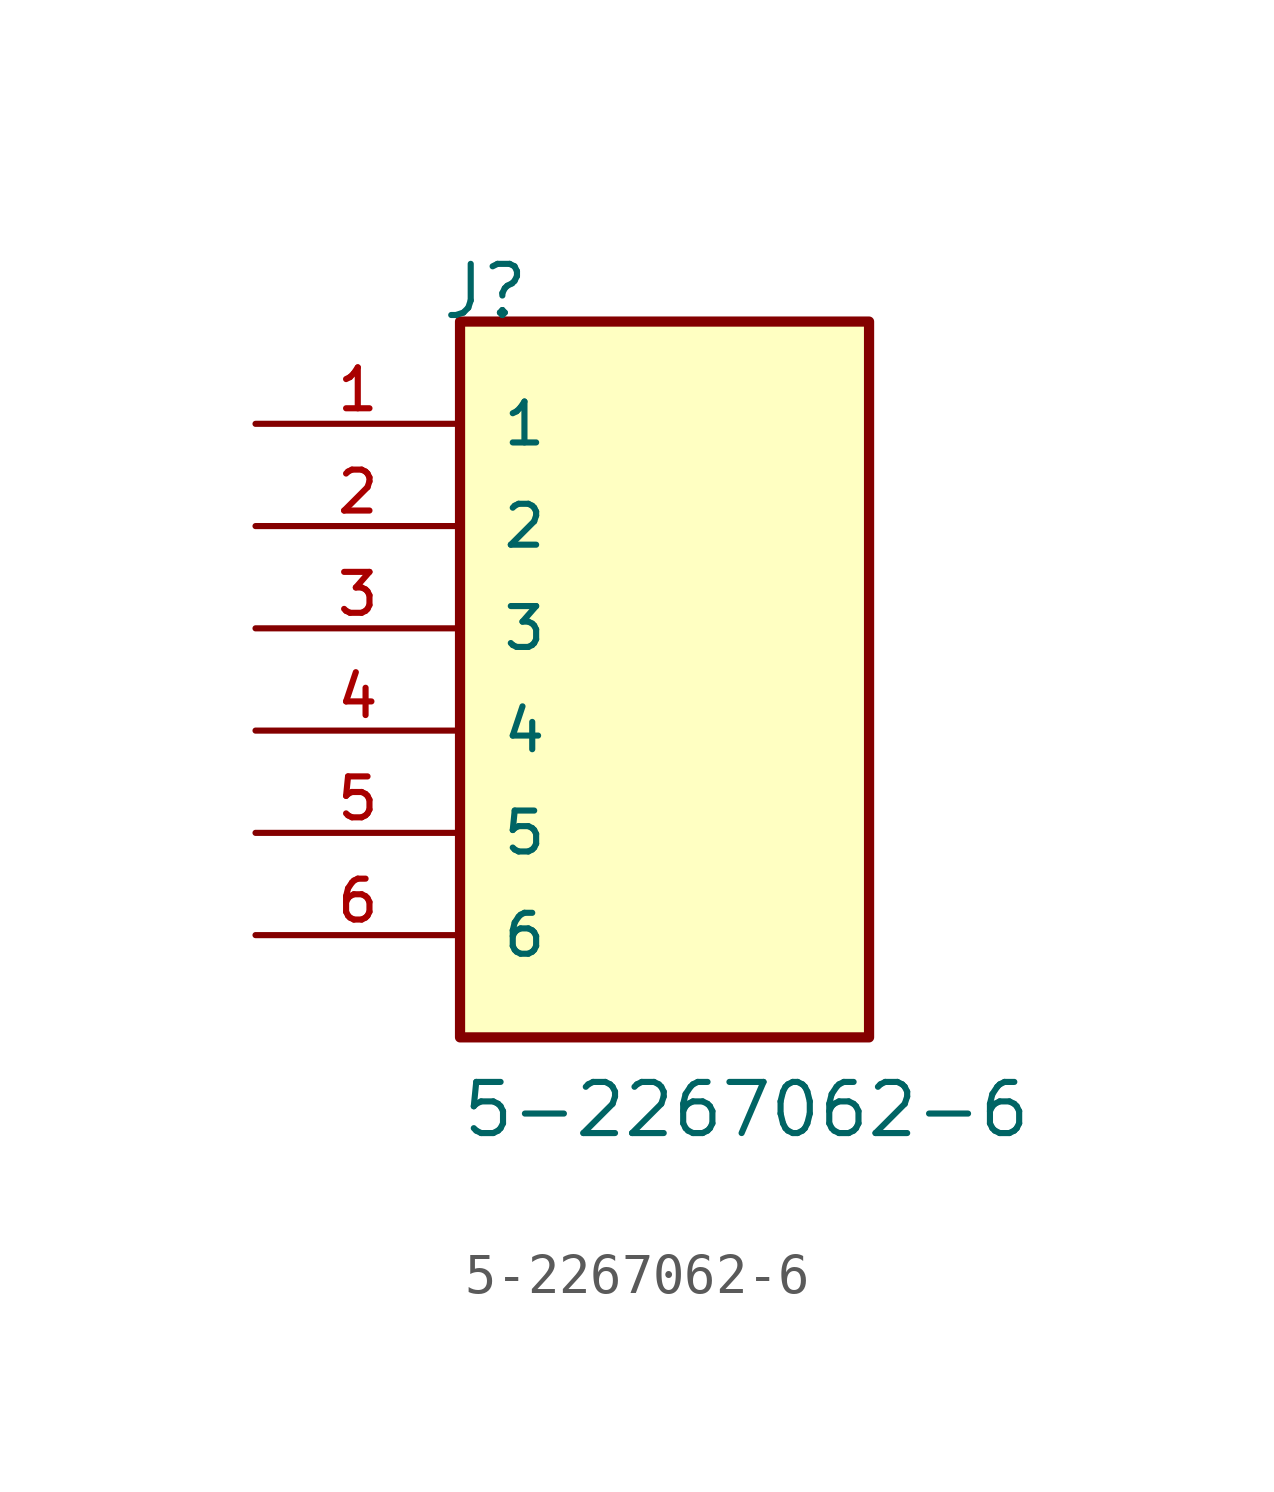
<source format=kicad_sym>
(kicad_symbol_lib
  (version 20211014)
  (generator kicad_symbol_editor)
  (symbol "5-2267062-6"
    (pin_names
      (offset 1.016))
    (property "Reference" "J"
      (at -5.58 10.16 0)
      (effects (font (size 1.27 1.27)) (justify bottom left)))
    (property "Value" "5-2267062-6"
      (at -5.08 -10.16 0)
      (effects (font (size 1.27 1.27)) (justify bottom left)))
    (symbol "5-2267062-6_0_0"
      (rectangle (start -5.08 -7.62) (end 5.08 10.16) (stroke (width 0.254)) (fill (type background)))
      (pin passive line (at -10.16 7.62 0) (length 5.08) (name "1" (effects (font (size 1.016 1.016)))) (number "1" (effects (font (size 1.016 1.016)))))
      (pin passive line (at -10.16 5.08 0) (length 5.08) (name "2" (effects (font (size 1.016 1.016)))) (number "2" (effects (font (size 1.016 1.016)))))
      (pin passive line (at -10.16 2.54 0) (length 5.08) (name "3" (effects (font (size 1.016 1.016)))) (number "3" (effects (font (size 1.016 1.016)))))
      (pin passive line (at -10.16 0.0 0) (length 5.08) (name "4" (effects (font (size 1.016 1.016)))) (number "4" (effects (font (size 1.016 1.016)))))
      (pin passive line (at -10.16 -2.54 0) (length 5.08) (name "5" (effects (font (size 1.016 1.016)))) (number "5" (effects (font (size 1.016 1.016)))))
      (pin passive line (at -10.16 -5.08 0) (length 5.08) (name "6" (effects (font (size 1.016 1.016)))) (number "6" (effects (font (size 1.016 1.016))))))))
</source>
